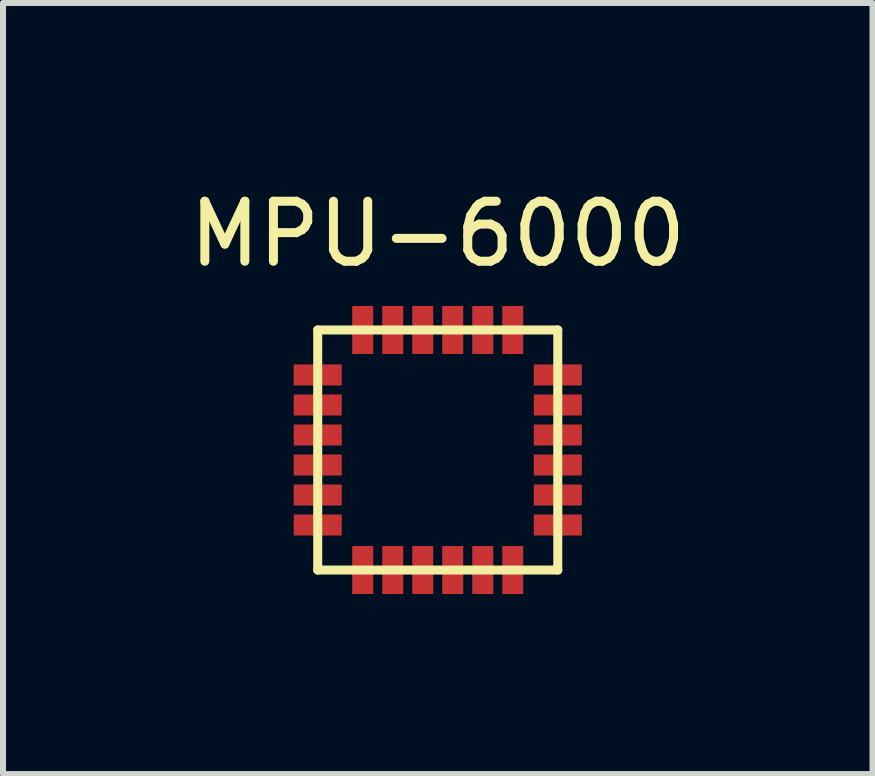
<source format=kicad_pcb>
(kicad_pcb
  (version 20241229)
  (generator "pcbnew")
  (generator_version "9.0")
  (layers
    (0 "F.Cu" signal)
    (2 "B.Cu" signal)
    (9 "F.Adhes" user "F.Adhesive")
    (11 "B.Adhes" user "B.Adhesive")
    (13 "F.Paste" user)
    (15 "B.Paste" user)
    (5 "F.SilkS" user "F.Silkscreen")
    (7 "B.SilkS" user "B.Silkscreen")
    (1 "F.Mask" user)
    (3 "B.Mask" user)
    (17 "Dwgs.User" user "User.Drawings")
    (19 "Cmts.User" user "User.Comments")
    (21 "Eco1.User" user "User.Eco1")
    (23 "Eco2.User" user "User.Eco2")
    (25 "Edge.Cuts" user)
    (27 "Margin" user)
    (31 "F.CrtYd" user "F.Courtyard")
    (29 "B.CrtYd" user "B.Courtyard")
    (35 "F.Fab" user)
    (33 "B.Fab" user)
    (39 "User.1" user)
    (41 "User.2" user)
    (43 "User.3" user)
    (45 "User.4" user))
  (footprint "MPU-6000"
    (layer "F.Cu")
    (at 4.244 4.448)
    (property "Reference" "MPU-6000" (at 0 -3.6 0) (layer "F.SilkS") (effects (font (size 1 1) (thickness 0.15))))
    (attr through_hole)
    (fp_line (start -2 -2) (end -2 2) (stroke (width 0.15) (type solid)) (layer "F.SilkS"))
    (fp_line (start -2 2) (end 2 2) (stroke (width 0.15) (type solid)) (layer "F.SilkS"))
    (fp_line (start 2 -2) (end -2 -2) (stroke (width 0.15) (type solid)) (layer "F.SilkS"))
    (fp_line (start 2 2) (end 2 -2) (stroke (width 0.15) (type solid)) (layer "F.SilkS"))
    (pad "1" smd rect (at -2 -1.25 90) (size 0.35 0.8) (layers "F.Cu" "F.Mask" "F.Paste"))
    (pad "2" smd rect (at -2 -0.75 90) (size 0.35 0.8) (layers "F.Cu" "F.Mask" "F.Paste"))
    (pad "3" smd rect (at -2 -0.25 90) (size 0.35 0.8) (layers "F.Cu" "F.Mask" "F.Paste"))
    (pad "4" smd rect (at -2 0.25 90) (size 0.35 0.8) (layers "F.Cu" "F.Mask" "F.Paste"))
    (pad "5" smd rect (at -2 0.75 90) (size 0.35 0.8) (layers "F.Cu" "F.Mask" "F.Paste"))
    (pad "6" smd rect (at -2 1.25 90) (size 0.35 0.8) (layers "F.Cu" "F.Mask" "F.Paste"))
    (pad "7" smd rect (at -1.25 2 180) (size 0.35 0.8) (layers "F.Cu" "F.Mask" "F.Paste"))
    (pad "8" smd rect (at -0.75 2 180) (size 0.35 0.8) (layers "F.Cu" "F.Mask" "F.Paste"))
    (pad "9" smd rect (at -0.25 2 180) (size 0.35 0.8) (layers "F.Cu" "F.Mask" "F.Paste"))
    (pad "10" smd rect (at 0.25 2 180) (size 0.35 0.8) (layers "F.Cu" "F.Mask" "F.Paste"))
    (pad "11" smd rect (at 0.75 2 180) (size 0.35 0.8) (layers "F.Cu" "F.Mask" "F.Paste"))
    (pad "12" smd rect (at 1.25 2 180) (size 0.35 0.8) (layers "F.Cu" "F.Mask" "F.Paste"))
    (pad "13" smd rect (at 2 1.25 90) (size 0.35 0.8) (layers "F.Cu" "F.Mask" "F.Paste"))
    (pad "14" smd rect (at 2 0.75 90) (size 0.35 0.8) (layers "F.Cu" "F.Mask" "F.Paste"))
    (pad "15" smd rect (at 2 0.25 90) (size 0.35 0.8) (layers "F.Cu" "F.Mask" "F.Paste"))
    (pad "16" smd rect (at 2 -0.25 90) (size 0.35 0.8) (layers "F.Cu" "F.Mask" "F.Paste"))
    (pad "17" smd rect (at 2 -0.75 90) (size 0.35 0.8) (layers "F.Cu" "F.Mask" "F.Paste"))
    (pad "18" smd rect (at 2 -1.25 90) (size 0.35 0.8) (layers "F.Cu" "F.Mask" "F.Paste"))
    (pad "19" smd rect (at 1.25 -2 180) (size 0.35 0.8) (layers "F.Cu" "F.Mask" "F.Paste"))
    (pad "20" smd rect (at 0.75 -2 180) (size 0.35 0.8) (layers "F.Cu" "F.Mask" "F.Paste"))
    (pad "21" smd rect (at 0.25 -2 180) (size 0.35 0.8) (layers "F.Cu" "F.Mask" "F.Paste"))
    (pad "22" smd rect (at -0.25 -2 180) (size 0.35 0.8) (layers "F.Cu" "F.Mask" "F.Paste"))
    (pad "23" smd rect (at -0.75 -2 180) (size 0.35 0.8) (layers "F.Cu" "F.Mask" "F.Paste"))
    (pad "24" smd rect (at -1.25 -2 180) (size 0.35 0.8) (layers "F.Cu" "F.Mask" "F.Paste")))
  (gr_rect
    (start -3 -3)
    (end 11.488 9.848)
    (stroke (width 0.1) (type default))
    (fill no)
    (layer "Edge.Cuts")))
</source>
